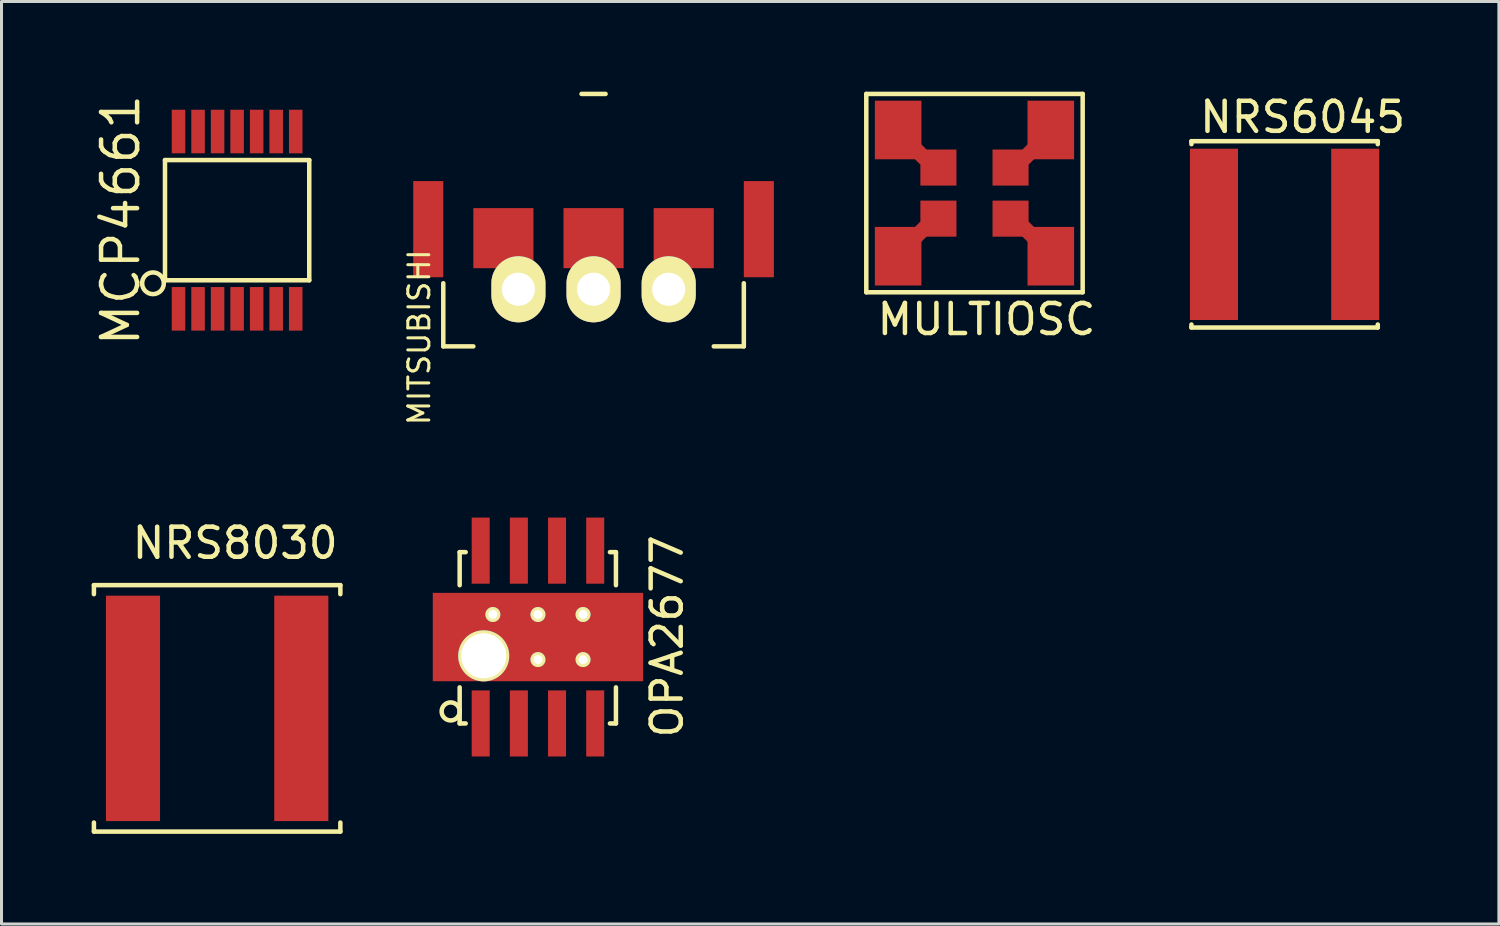
<source format=kicad_pcb>
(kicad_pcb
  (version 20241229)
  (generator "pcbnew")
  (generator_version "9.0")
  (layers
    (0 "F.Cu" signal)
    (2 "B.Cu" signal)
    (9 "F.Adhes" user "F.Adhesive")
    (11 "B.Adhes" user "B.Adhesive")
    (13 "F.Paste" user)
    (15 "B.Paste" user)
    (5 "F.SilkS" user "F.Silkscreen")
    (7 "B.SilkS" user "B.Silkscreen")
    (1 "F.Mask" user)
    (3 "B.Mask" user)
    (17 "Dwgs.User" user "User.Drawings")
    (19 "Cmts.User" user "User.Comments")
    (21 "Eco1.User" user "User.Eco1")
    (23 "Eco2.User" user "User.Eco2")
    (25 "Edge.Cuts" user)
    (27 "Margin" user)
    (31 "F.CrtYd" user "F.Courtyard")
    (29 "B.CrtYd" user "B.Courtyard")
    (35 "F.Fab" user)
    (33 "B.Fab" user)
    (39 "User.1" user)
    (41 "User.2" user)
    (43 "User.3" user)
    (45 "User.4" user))
  (footprint "NRS8030"
    (layer "F.Cu")
    (at 4.175 20.52)
    (property "Reference" "NRS8030" (at 0.6 -5.5 0) (layer "F.SilkS") (effects (font (size 1 1) (thickness 0.15))))
    (attr through_hole)
    (fp_line (start -4.1 -4.1) (end 4.1 -4.1) (stroke (width 0.15) (type solid)) (layer "F.SilkS"))
    (fp_line (start -4.1 -3.8) (end -4.1 -4.1) (stroke (width 0.15) (type solid)) (layer "F.SilkS"))
    (fp_line (start -4.1 3.8) (end -4.1 4.1) (stroke (width 0.15) (type solid)) (layer "F.SilkS"))
    (fp_line (start -4.1 4.1) (end 4.1 4.1) (stroke (width 0.15) (type solid)) (layer "F.SilkS"))
    (fp_line (start 4.1 -4.1) (end 4.1 -3.8) (stroke (width 0.15) (type solid)) (layer "F.SilkS"))
    (fp_line (start 4.1 4.1) (end 4.1 3.8) (stroke (width 0.15) (type solid)) (layer "F.SilkS"))
    (pad "1" smd rect (at -2.8 0) (size 1.8 7.5) (layers "F.Cu" "F.Mask" "F.Paste"))
    (pad "2" smd rect (at 2.8 0) (size 1.8 7.5) (layers "F.Cu" "F.Mask" "F.Paste")))
  (footprint "MULTIOSC"
    (layer "F.Cu")
    (at 29.375 3.375)
    (property "Reference" "MULTIOSC" (at 0.4 4.2 0) (layer "F.SilkS") (effects (font (size 1 1) (thickness 0.15))))
    (attr through_hole)
    (fp_line (start -3.6 -3.3) (end 3.6 -3.3) (stroke (width 0.15) (type solid)) (layer "F.SilkS"))
    (fp_line (start -3.6 3.3) (end -3.6 -3.3) (stroke (width 0.15) (type solid)) (layer "F.SilkS"))
    (fp_line (start 3.6 -3.3) (end 3.6 3.3) (stroke (width 0.15) (type solid)) (layer "F.SilkS"))
    (fp_line (start 3.6 3.3) (end -3.6 3.3) (stroke (width 0.15) (type solid)) (layer "F.SilkS"))
    (pad "1" smd rect (at -2.54 2.1) (size 1.55 1.95) (layers "F.Cu" "F.Mask" "F.Paste"))
    (pad "1" smd rect (at -1.8 1.3 45) (size 0.5 0.5) (layers "F.Cu" "F.Mask" "F.Paste"))
    (pad "1" smd rect (at -1.2 0.85) (size 1.2 1.2) (layers "F.Cu" "F.Mask" "F.Paste"))
    (pad "2" smd rect (at 1.2 0.85) (size 1.2 1.2) (layers "F.Cu" "F.Mask" "F.Paste"))
    (pad "2" smd rect (at 1.8 1.3 45) (size 0.5 0.5) (layers "F.Cu" "F.Mask" "F.Paste"))
    (pad "2" smd rect (at 2.54 2.1) (size 1.55 1.95) (layers "F.Cu" "F.Mask" "F.Paste"))
    (pad "3" smd rect (at 1.2 -0.85) (size 1.2 1.2) (layers "F.Cu" "F.Mask" "F.Paste"))
    (pad "3" smd rect (at 1.8 -1.3 45) (size 0.5 0.5) (layers "F.Cu" "F.Mask" "F.Paste"))
    (pad "3" smd rect (at 2.54 -2.1) (size 1.55 1.95) (layers "F.Cu" "F.Mask" "F.Paste"))
    (pad "4" smd rect (at -2.54 -2.1) (size 1.55 1.95) (layers "F.Cu" "F.Mask" "F.Paste"))
    (pad "4" smd rect (at -1.8 -1.3 45) (size 0.5 0.5) (layers "F.Cu" "F.Mask" "F.Paste"))
    (pad "4" smd rect (at -1.2 -0.85) (size 1.2 1.2) (layers "F.Cu" "F.Mask" "F.Paste")))
  (footprint "MCP4661"
    (layer "F.Cu")
    (at 4.84 4.276)
    (property "Reference" "MCP4661" (at -3.875 0 90) (layer "F.SilkS") (effects (font (size 1.2 1.2) (thickness 0.15))))
    (attr through_hole)
    (fp_line (start -2.4 -2) (end -2.4 2) (stroke (width 0.15) (type solid)) (layer "F.SilkS"))
    (fp_line (start -2.4 2) (end 2.4 2) (stroke (width 0.15) (type solid)) (layer "F.SilkS"))
    (fp_line (start 2.4 -2) (end -2.4 -2) (stroke (width 0.15) (type solid)) (layer "F.SilkS"))
    (fp_line (start 2.4 2) (end 2.4 -2) (stroke (width 0.15) (type solid)) (layer "F.SilkS"))
    (fp_circle (center -2.8 2.1) (end -3 1.8) (stroke (width 0.15) (type solid)) (fill no) (layer "F.SilkS"))
    (pad "1" smd rect (at -1.95 2.95) (size 0.45 1.45) (layers "F.Cu" "F.Mask" "F.Paste"))
    (pad "2" smd rect (at -1.3 2.95) (size 0.45 1.45) (layers "F.Cu" "F.Mask" "F.Paste"))
    (pad "3" smd rect (at -0.65 2.95) (size 0.45 1.45) (layers "F.Cu" "F.Mask" "F.Paste"))
    (pad "4" smd rect (at 0 2.95) (size 0.45 1.45) (layers "F.Cu" "F.Mask" "F.Paste"))
    (pad "5" smd rect (at 0.65 2.95) (size 0.45 1.45) (layers "F.Cu" "F.Mask" "F.Paste"))
    (pad "6" smd rect (at 1.3 2.95) (size 0.45 1.45) (layers "F.Cu" "F.Mask" "F.Paste"))
    (pad "7" smd rect (at 1.95 2.95) (size 0.45 1.45) (layers "F.Cu" "F.Mask" "F.Paste"))
    (pad "8" smd rect (at 1.95 -2.95) (size 0.45 1.45) (layers "F.Cu" "F.Mask" "F.Paste"))
    (pad "9" smd rect (at 1.3 -2.95) (size 0.45 1.45) (layers "F.Cu" "F.Mask" "F.Paste"))
    (pad "10" smd rect (at 0.65 -2.95) (size 0.45 1.45) (layers "F.Cu" "F.Mask" "F.Paste"))
    (pad "11" smd rect (at 0 -2.95) (size 0.45 1.45) (layers "F.Cu" "F.Mask" "F.Paste"))
    (pad "12" smd rect (at -0.65 -2.95) (size 0.45 1.45) (layers "F.Cu" "F.Mask" "F.Paste"))
    (pad "13" smd rect (at -1.3 -2.95) (size 0.45 1.45) (layers "F.Cu" "F.Mask" "F.Paste"))
    (pad "14" smd rect (at -1.95 -2.95) (size 0.45 1.45) (layers "F.Cu" "F.Mask" "F.Paste")))
  (footprint "OPA2677"
    (layer "F.Cu")
    (at 12.945 21.022)
    (property "Reference" "OPA2677" (at 6.2 -2.9 90) (layer "F.SilkS") (effects (font (size 1 1) (thickness 0.15))))
    (attr through_hole)
    (fp_line (start -0.7 -5.7) (end -0.7 -4.6) (stroke (width 0.15) (type solid)) (layer "F.SilkS"))
    (fp_line (start -0.7 0) (end -0.7 -1.2) (stroke (width 0.15) (type solid)) (layer "F.SilkS"))
    (fp_line (start -0.5 -5.7) (end -0.7 -5.7) (stroke (width 0.15) (type solid)) (layer "F.SilkS"))
    (fp_line (start -0.5 0) (end -0.7 0) (stroke (width 0.15) (type solid)) (layer "F.SilkS"))
    (fp_line (start 4.3 -5.7) (end 4.5 -5.7) (stroke (width 0.15) (type solid)) (layer "F.SilkS"))
    (fp_line (start 4.3 0) (end 4.5 0) (stroke (width 0.15) (type solid)) (layer "F.SilkS"))
    (fp_line (start 4.5 -5.7) (end 4.5 -4.6) (stroke (width 0.15) (type solid)) (layer "F.SilkS"))
    (fp_line (start 4.5 0) (end 4.5 -1.2) (stroke (width 0.15) (type solid)) (layer "F.SilkS"))
    (fp_circle (center -1 -0.4) (end -1.3 -0.4) (stroke (width 0.15) (type solid)) (fill no) (layer "F.SilkS"))
    (pad "1" smd rect (at 0 0) (size 0.6 2.2) (layers "F.Cu" "F.Mask" "F.Paste"))
    (pad "2" smd rect (at 1.27 0) (size 0.6 2.2) (layers "F.Cu" "F.Mask" "F.Paste"))
    (pad "3" smd rect (at 2.54 0) (size 0.6 2.2) (layers "F.Cu" "F.Mask" "F.Paste"))
    (pad "4" thru_hole circle (at 0.1 -2.25) (size 1.7 1.7) (drill 1.5) (layers "*.Cu" "*.Mask" "F.SilkS"))
    (pad "4" thru_hole circle (at 0.405 -3.625) (size 0.5 0.5) (drill 0.3) (layers "*.Cu" "*.Mask" "F.SilkS"))
    (pad "4" thru_hole circle (at 1.905 -3.625) (size 0.5 0.5) (drill 0.3) (layers "*.Cu" "*.Mask" "F.SilkS"))
    (pad "4" smd rect (at 1.905 -2.875) (size 7 2.94) (layers "F.Cu" "F.Mask" "F.Paste"))
    (pad "4" thru_hole circle (at 1.905 -2.125) (size 0.5 0.5) (drill 0.3) (layers "*.Cu" "*.Mask" "F.SilkS"))
    (pad "4" thru_hole circle (at 3.405 -3.625) (size 0.5 0.5) (drill 0.3) (layers "*.Cu" "*.Mask" "F.SilkS"))
    (pad "4" thru_hole circle (at 3.405 -2.125) (size 0.5 0.5) (drill 0.3) (layers "*.Cu" "*.Mask" "F.SilkS"))
    (pad "4" smd rect (at 3.81 0) (size 0.6 2.2) (layers "F.Cu" "F.Mask" "F.Paste"))
    (pad "5" smd rect (at 3.81 -5.75) (size 0.6 2.2) (layers "F.Cu" "F.Mask" "F.Paste"))
    (pad "6" smd rect (at 2.54 -5.75) (size 0.6 2.2) (layers "F.Cu" "F.Mask" "F.Paste"))
    (pad "7" smd rect (at 1.27 -5.75) (size 0.6 2.2) (layers "F.Cu" "F.Mask" "F.Paste"))
    (pad "8" smd rect (at 0 -5.75) (size 0.6 2.2) (layers "F.Cu" "F.Mask" "F.Paste")))
  (footprint "MITSUBISHI"
    (layer "F.Cu")
    (at 16.7 7.875)
    (property "Reference" "MITSUBISHI" (at -5.8 0.3 90) (layer "F.SilkS") (effects (font (size 0.7 0.7) (thickness 0.1))))
    (attr through_hole)
    (fp_line (start -5 0.6) (end -5 -1.5) (stroke (width 0.15) (type solid)) (layer "F.SilkS"))
    (fp_line (start -5 0.6) (end -4 0.6) (stroke (width 0.15) (type solid)) (layer "F.SilkS"))
    (fp_line (start -0.4 -7.8) (end 0.4 -7.8) (stroke (width 0.15) (type solid)) (layer "F.SilkS"))
    (fp_line (start 4 0.6) (end 5 0.6) (stroke (width 0.15) (type solid)) (layer "F.SilkS"))
    (fp_line (start 5 0.6) (end 5 -1.5) (stroke (width 0.15) (type solid)) (layer "F.SilkS"))
    (pad "1" smd rect (at -3 -3 180) (size 2 2) (layers "F.Cu" "F.Mask" "F.Paste"))
    (pad "1" thru_hole oval (at -2.5 -1.3 180) (size 1.8 2.2) (drill 1.1) (layers "*.Cu" "*.Mask" "F.SilkS"))
    (pad "2" smd rect (at -5.5 -3.3 180) (size 1 3.2) (layers "F.Cu" "F.Mask" "F.Paste"))
    (pad "2" smd rect (at 0 -3 180) (size 2 2) (layers "F.Cu" "F.Mask" "F.Paste"))
    (pad "2" thru_hole oval (at 0 -1.3 180) (size 1.8 2.2) (drill 1.1) (layers "*.Cu" "*.Mask" "F.SilkS"))
    (pad "2" smd rect (at 5.5 -3.3 180) (size 1 3.2) (layers "F.Cu" "F.Mask" "F.Paste"))
    (pad "3" thru_hole oval (at 2.5 -1.3 180) (size 1.8 2.2) (drill 1.1) (layers "*.Cu" "*.Mask" "F.SilkS"))
    (pad "3" smd rect (at 3 -3 180) (size 2 2) (layers "F.Cu" "F.Mask" "F.Paste")))
  (footprint "NRS6045"
    (layer "F.Cu")
    (at 39.694 4.748)
    (property "Reference" "NRS6045" (at 0.6 -3.9 0) (layer "F.SilkS") (effects (font (size 1 1) (thickness 0.15))))
    (attr through_hole)
    (fp_line (start -3.1 -3.1) (end 3.1 -3.1) (stroke (width 0.15) (type solid)) (layer "F.SilkS"))
    (fp_line (start -3.1 -3) (end -3.1 -3.1) (stroke (width 0.15) (type solid)) (layer "F.SilkS"))
    (fp_line (start -3.1 3) (end -3.1 3.1) (stroke (width 0.15) (type solid)) (layer "F.SilkS"))
    (fp_line (start -3.1 3.1) (end 3.1 3.1) (stroke (width 0.15) (type solid)) (layer "F.SilkS"))
    (fp_line (start 3.1 -3.1) (end 3.1 -3) (stroke (width 0.15) (type solid)) (layer "F.SilkS"))
    (fp_line (start 3.1 3.1) (end 3.1 3) (stroke (width 0.15) (type solid)) (layer "F.SilkS"))
    (pad "1" smd rect (at -2.35 0) (size 1.6 5.7) (layers "F.Cu" "F.Mask" "F.Paste"))
    (pad "2" smd rect (at 2.35 0) (size 1.6 5.7) (layers "F.Cu" "F.Mask" "F.Paste")))
  (gr_rect
    (start -3 -3)
    (end 46.824 27.695)
    (stroke (width 0.1) (type default))
    (fill no)
    (layer "Edge.Cuts")))
</source>
